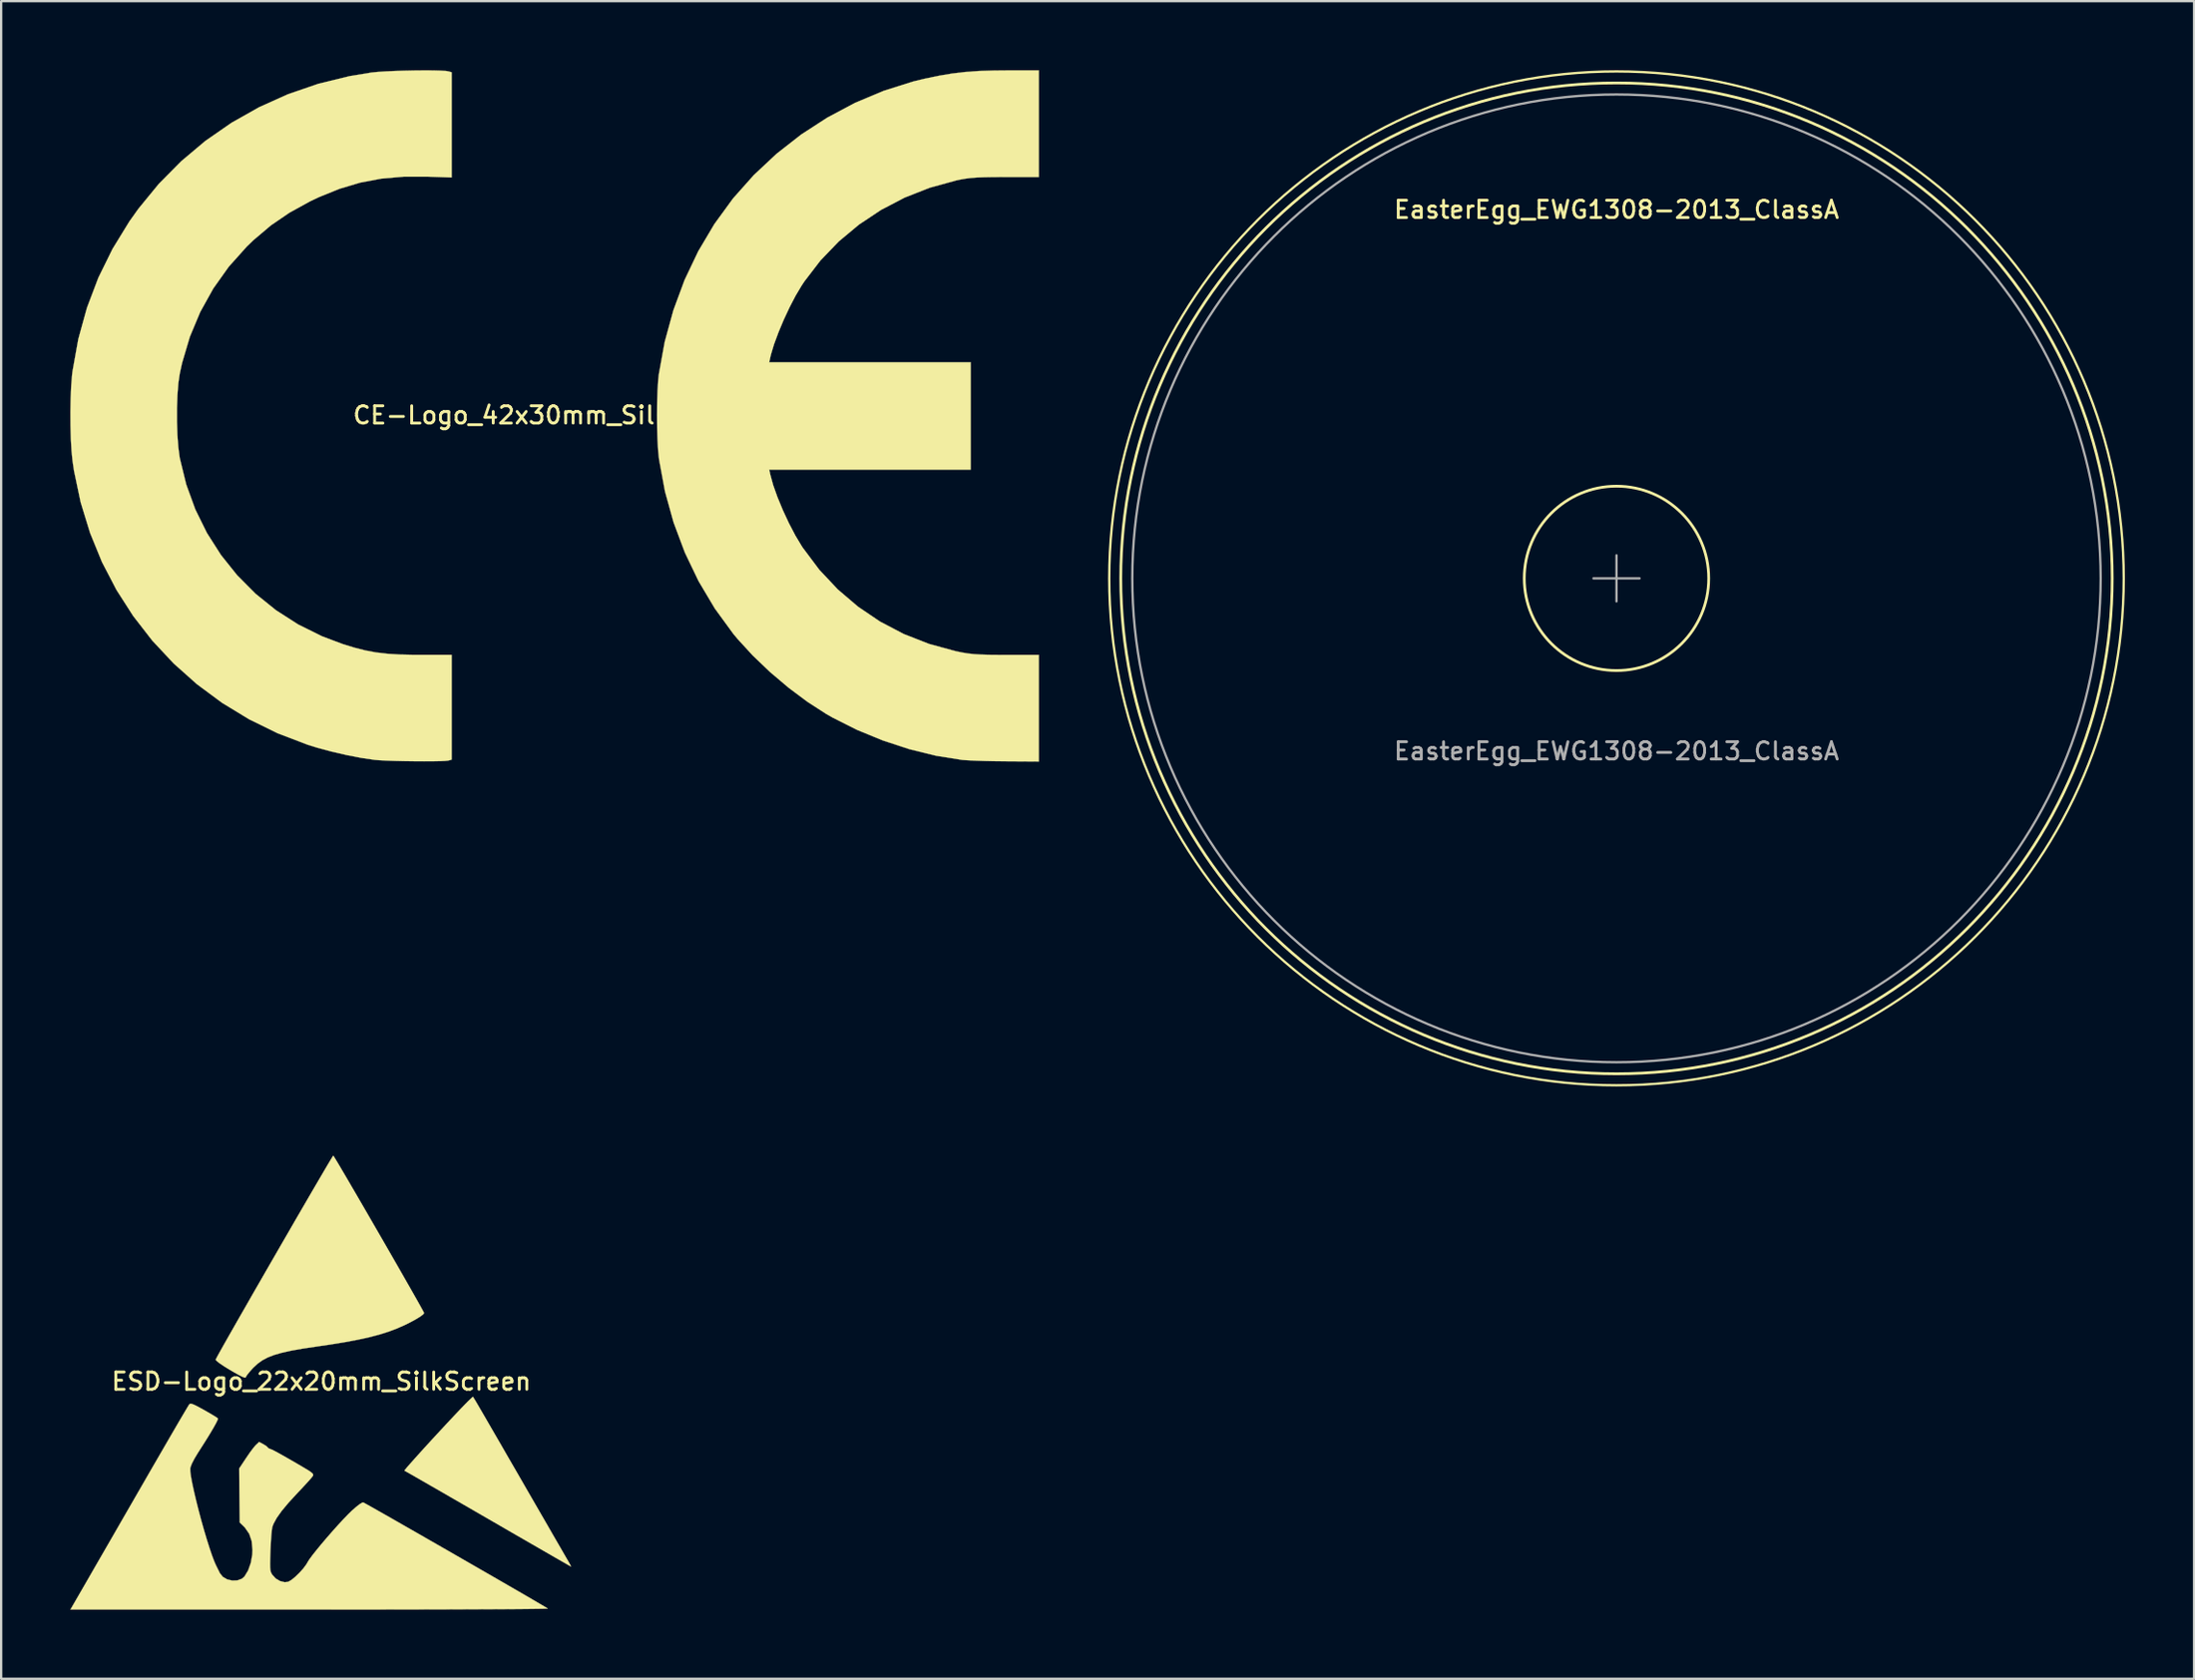
<source format=kicad_pcb>
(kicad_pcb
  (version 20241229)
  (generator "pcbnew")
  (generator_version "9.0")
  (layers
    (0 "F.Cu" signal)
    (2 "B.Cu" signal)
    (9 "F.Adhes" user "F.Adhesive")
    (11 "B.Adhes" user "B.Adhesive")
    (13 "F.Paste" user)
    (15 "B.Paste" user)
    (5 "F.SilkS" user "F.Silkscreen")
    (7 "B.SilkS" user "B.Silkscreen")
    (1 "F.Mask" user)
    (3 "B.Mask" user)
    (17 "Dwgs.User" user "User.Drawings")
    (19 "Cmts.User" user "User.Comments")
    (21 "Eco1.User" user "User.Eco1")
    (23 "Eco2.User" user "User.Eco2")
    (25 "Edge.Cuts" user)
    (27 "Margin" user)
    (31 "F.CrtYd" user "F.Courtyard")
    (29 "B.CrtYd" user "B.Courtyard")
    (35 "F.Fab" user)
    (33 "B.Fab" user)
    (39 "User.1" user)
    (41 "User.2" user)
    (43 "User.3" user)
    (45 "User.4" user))
  (footprint "CE-Logo_42x30mm_SilkScreen"
    (layer "F.Cu")
    (at 21.002 14.969)
    (property "Reference" "CE-Logo_42x30mm_SilkScreen" (at 0 0 0) (layer "F.SilkS") (effects (font (size 0.75 0.75) (thickness 0.125))))
    (attr exclude_from_pos_files exclude_from_bom allow_missing_courtyard)
    (fp_poly (pts (xy -5.263 -14.962) (xy -4.943 -14.953) (xy -4.712 -14.939) (xy -4.611 -14.923) (xy -4.463 -14.883) (xy -4.463 -10.317) (xy -5.503 -10.353) (xy -6.544 -10.352) (xy -7.507 -10.268) (xy -8.422 -10.096) (xy -9.318 -9.829) (xy -10.224 -9.462) (xy -10.6 -9.283) (xy -11.495 -8.791) (xy -12.302 -8.239) (xy -13.058 -7.599) (xy -13.353 -7.314) (xy -14.13 -6.445) (xy -14.802 -5.499) (xy -15.366 -4.483) (xy -15.819 -3.402) (xy -16.156 -2.264) (xy -16.256 -1.805) (xy -16.317 -1.388) (xy -16.357 -0.877) (xy -16.377 -0.308) (xy -16.377 0.284) (xy -16.358 0.862) (xy -16.318 1.392) (xy -16.259 1.837) (xy -16.253 1.871) (xy -15.976 3.005) (xy -15.582 4.088) (xy -15.078 5.111) (xy -14.469 6.067) (xy -13.764 6.949) (xy -12.967 7.75) (xy -12.085 8.462) (xy -11.125 9.079) (xy -10.092 9.592) (xy -9.182 9.935) (xy -8.67 10.092) (xy -8.2 10.211) (xy -7.74 10.297) (xy -7.258 10.354) (xy -6.721 10.387) (xy -6.099 10.401) (xy -5.825 10.401) (xy -4.463 10.4) (xy -4.463 14.949) (xy -4.611 14.989) (xy -4.737 15.003) (xy -4.97 15.014) (xy -5.286 15.02) (xy -5.661 15.021) (xy -6.072 15.019) (xy -6.493 15.013) (xy -6.901 15.004) (xy -7.273 14.991) (xy -7.583 14.976) (xy -7.808 14.957) (xy -7.81 14.957) (xy -8.371 14.875) (xy -9.004 14.753) (xy -9.661 14.601) (xy -10.294 14.431) (xy -10.697 14.306) (xy -12.009 13.805) (xy -13.253 13.194) (xy -14.423 12.481) (xy -15.515 11.671) (xy -16.524 10.77) (xy -17.445 9.784) (xy -18.272 8.718) (xy -19.002 7.579) (xy -19.629 6.373) (xy -20.147 5.105) (xy -20.553 3.782) (xy -20.842 2.41) (xy -20.907 1.969) (xy -20.949 1.548) (xy -20.978 1.033) (xy -20.994 0.456) (xy -20.997 -0.144) (xy -20.986 -0.735) (xy -20.963 -1.28) (xy -20.926 -1.744) (xy -20.907 -1.903) (xy -20.655 -3.306) (xy -20.281 -4.661) (xy -19.786 -5.965) (xy -19.172 -7.215) (xy -18.44 -8.409) (xy -18.049 -8.959) (xy -17.165 -10.038) (xy -16.192 -11.022) (xy -15.139 -11.908) (xy -14.011 -12.69) (xy -12.815 -13.366) (xy -11.559 -13.931) (xy -10.248 -14.382) (xy -8.89 -14.714) (xy -7.944 -14.87) (xy -7.683 -14.896) (xy -7.342 -14.919) (xy -6.943 -14.937) (xy -6.511 -14.951) (xy -6.071 -14.96) (xy -5.647 -14.964) (xy -5.263 -14.962)) (stroke (width 0.01) (type solid)) (fill yes) (layer "F.SilkS"))
    (fp_poly (pts (xy 21.003 -12.651) (xy 21.003 -10.337) (xy 19.542 -10.336) (xy 19.036 -10.334) (xy 18.636 -10.327) (xy 18.316 -10.315) (xy 18.051 -10.295) (xy 17.816 -10.265) (xy 17.584 -10.224) (xy 17.416 -10.188) (xy 16.276 -9.874) (xy 15.188 -9.446) (xy 14.16 -8.91) (xy 13.203 -8.273) (xy 12.324 -7.539) (xy 11.532 -6.715) (xy 10.836 -5.808) (xy 10.714 -5.624) (xy 10.457 -5.192) (xy 10.195 -4.689) (xy 9.942 -4.148) (xy 9.713 -3.603) (xy 9.522 -3.088) (xy 9.386 -2.637) (xy 9.356 -2.51) (xy 9.309 -2.297) (xy 18.049 -2.297) (xy 18.049 2.363) (xy 9.309 2.363) (xy 9.356 2.576) (xy 9.48 3.029) (xy 9.666 3.555) (xy 9.899 4.117) (xy 10.162 4.683) (xy 10.441 5.217) (xy 10.721 5.685) (xy 10.768 5.757) (xy 11.481 6.707) (xy 12.281 7.559) (xy 13.162 8.311) (xy 14.12 8.959) (xy 15.15 9.499) (xy 16.247 9.928) (xy 17.405 10.244) (xy 17.434 10.25) (xy 17.694 10.303) (xy 17.935 10.342) (xy 18.181 10.369) (xy 18.46 10.387) (xy 18.799 10.398) (xy 19.224 10.402) (xy 19.575 10.403) (xy 21.003 10.403) (xy 21.003 15.03) (xy 19.575 15.021) (xy 19.119 15.016) (xy 18.674 15.007) (xy 18.268 14.993) (xy 17.931 14.978) (xy 17.69 14.961) (xy 17.655 14.957) (xy 16.537 14.778) (xy 15.387 14.494) (xy 14.236 14.116) (xy 13.116 13.656) (xy 12.058 13.123) (xy 11.781 12.964) (xy 10.97 12.441) (xy 10.147 11.825) (xy 9.344 11.145) (xy 8.595 10.428) (xy 7.931 9.703) (xy 7.749 9.484) (xy 6.949 8.385) (xy 6.248 7.206) (xy 5.651 5.959) (xy 5.163 4.656) (xy 4.79 3.31) (xy 4.535 1.931) (xy 4.523 1.838) (xy 4.488 1.482) (xy 4.464 1.032) (xy 4.449 0.521) (xy 4.445 -0.02) (xy 4.45 -0.556) (xy 4.466 -1.055) (xy 4.492 -1.485) (xy 4.522 -1.772) (xy 4.779 -3.186) (xy 5.153 -4.553) (xy 5.638 -5.865) (xy 6.232 -7.115) (xy 6.931 -8.294) (xy 7.732 -9.395) (xy 7.749 -9.416) (xy 8.644 -10.423) (xy 9.632 -11.348) (xy 10.701 -12.184) (xy 11.84 -12.922) (xy 13.036 -13.557) (xy 14.276 -14.078) (xy 15.55 -14.481) (xy 16.048 -14.602) (xy 16.662 -14.73) (xy 17.234 -14.826) (xy 17.799 -14.894) (xy 18.393 -14.937) (xy 19.055 -14.958) (xy 19.608 -14.963) (xy 21.003 -14.964) (xy 21.003 -12.651)) (stroke (width 0.01) (type solid)) (fill yes) (layer "F.SilkS")))
  (footprint "ESD-Logo_22x20mm_SilkScreen"
    (layer "F.Cu")
    (at 10.886 56.902)
    (property "Reference" "ESD-Logo_22x20mm_SilkScreen" (at 0 0 0) (layer "F.SilkS") (effects (font (size 0.75 0.75) (thickness 0.125))))
    (attr exclude_from_pos_files exclude_from_bom allow_missing_courtyard)
    (fp_poly (pts (xy 6.652 0.785) (xy 6.69 0.849) (xy 6.776 0.995) (xy 6.905 1.217) (xy 7.073 1.506) (xy 7.275 1.856) (xy 7.509 2.26) (xy 7.769 2.709) (xy 8.05 3.197) (xy 8.35 3.716) (xy 8.659 4.251) (xy 8.973 4.797) (xy 9.276 5.321) (xy 9.561 5.815) (xy 9.825 6.273) (xy 10.063 6.686) (xy 10.272 7.047) (xy 10.446 7.348) (xy 10.58 7.581) (xy 10.672 7.74) (xy 10.715 7.814) (xy 10.786 7.94) (xy 10.824 8.019) (xy 10.826 8.032) (xy 10.779 8.007) (xy 10.65 7.933) (xy 10.444 7.815) (xy 10.169 7.657) (xy 9.831 7.462) (xy 9.438 7.235) (xy 8.995 6.98) (xy 8.51 6.7) (xy 7.99 6.399) (xy 7.44 6.081) (xy 7.231 5.96) (xy 6.672 5.637) (xy 6.139 5.328) (xy 5.637 5.039) (xy 5.176 4.772) (xy 4.76 4.533) (xy 4.397 4.324) (xy 4.094 4.15) (xy 3.858 4.015) (xy 3.696 3.923) (xy 3.614 3.877) (xy 3.605 3.872) (xy 3.63 3.833) (xy 3.717 3.728) (xy 3.858 3.566) (xy 4.042 3.359) (xy 4.262 3.114) (xy 4.509 2.842) (xy 4.773 2.553) (xy 5.046 2.257) (xy 5.319 1.962) (xy 5.583 1.679) (xy 5.829 1.417) (xy 6.048 1.186) (xy 6.231 0.996) (xy 6.369 0.857) (xy 6.417 0.811) (xy 6.574 0.663) (xy 6.652 0.785)) (stroke (width 0.01) (type solid)) (fill yes) (layer "F.SilkS"))
    (fp_poly (pts (xy 0.549 -9.754) (xy 0.626 -9.628) (xy 0.745 -9.43) (xy 0.9 -9.167) (xy 1.088 -8.848) (xy 1.302 -8.48) (xy 1.539 -8.074) (xy 1.793 -7.636) (xy 2.059 -7.176) (xy 2.333 -6.702) (xy 2.61 -6.222) (xy 2.885 -5.745) (xy 3.152 -5.279) (xy 3.408 -4.833) (xy 3.647 -4.415) (xy 3.864 -4.034) (xy 4.055 -3.698) (xy 4.215 -3.415) (xy 4.338 -3.194) (xy 4.42 -3.043) (xy 4.457 -2.971) (xy 4.458 -2.966) (xy 4.413 -2.905) (xy 4.288 -2.812) (xy 4.097 -2.695) (xy 3.857 -2.565) (xy 3.605 -2.44) (xy 3.262 -2.29) (xy 2.901 -2.155) (xy 2.51 -2.032) (xy 2.077 -1.918) (xy 1.589 -1.811) (xy 1.033 -1.706) (xy 0.398 -1.602) (xy -0.259 -1.506) (xy -0.831 -1.42) (xy -1.31 -1.335) (xy -1.71 -1.246) (xy -2.043 -1.15) (xy -2.32 -1.043) (xy -2.554 -0.919) (xy -2.756 -0.775) (xy -2.939 -0.606) (xy -2.998 -0.544) (xy -3.126 -0.398) (xy -3.221 -0.279) (xy -3.265 -0.209) (xy -3.266 -0.203) (xy -3.281 -0.168) (xy -3.334 -0.168) (xy -3.436 -0.207) (xy -3.598 -0.29) (xy -3.83 -0.422) (xy -3.991 -0.517) (xy -4.232 -0.665) (xy -4.419 -0.792) (xy -4.54 -0.889) (xy -4.582 -0.946) (xy -4.582 -0.946) (xy -4.555 -1.001) (xy -4.482 -1.137) (xy -4.365 -1.347) (xy -4.209 -1.624) (xy -4.019 -1.961) (xy -3.798 -2.349) (xy -3.551 -2.783) (xy -3.281 -3.253) (xy -2.995 -3.754) (xy -2.695 -4.276) (xy -2.386 -4.814) (xy -2.072 -5.359) (xy -1.757 -5.905) (xy -1.446 -6.443) (xy -1.144 -6.967) (xy -0.853 -7.468) (xy -0.579 -7.94) (xy -0.326 -8.375) (xy -0.098 -8.766) (xy 0.101 -9.105) (xy 0.266 -9.385) (xy 0.393 -9.598) (xy 0.478 -9.738) (xy 0.517 -9.796) (xy 0.519 -9.797) (xy 0.549 -9.754)) (stroke (width 0.01) (type solid)) (fill yes) (layer "F.SilkS"))
    (fp_poly (pts (xy -5.616 0.974) (xy -5.507 1.017) (xy -5.341 1.1) (xy -5.103 1.231) (xy -5.084 1.242) (xy -4.865 1.367) (xy -4.68 1.477) (xy -4.547 1.56) (xy -4.485 1.606) (xy -4.483 1.608) (xy -4.498 1.671) (xy -4.567 1.813) (xy -4.685 2.024) (xy -4.848 2.299) (xy -5.051 2.628) (xy -5.291 3.004) (xy -5.35 3.096) (xy -5.505 3.353) (xy -5.618 3.573) (xy -5.679 3.738) (xy -5.685 3.77) (xy -5.683 3.914) (xy -5.652 4.141) (xy -5.596 4.438) (xy -5.52 4.789) (xy -5.427 5.181) (xy -5.322 5.598) (xy -5.208 6.027) (xy -5.088 6.452) (xy -4.967 6.859) (xy -4.849 7.233) (xy -4.738 7.56) (xy -4.637 7.825) (xy -4.567 7.983) (xy -4.484 8.151) (xy -4.405 8.311) (xy -4.401 8.32) (xy -4.272 8.482) (xy -4.083 8.591) (xy -3.863 8.643) (xy -3.64 8.635) (xy -3.443 8.562) (xy -3.333 8.466) (xy -3.173 8.202) (xy -3.057 7.873) (xy -2.993 7.513) (xy -2.984 7.309) (xy -3.02 6.928) (xy -3.127 6.612) (xy -3.311 6.347) (xy -3.368 6.288) (xy -3.539 6.122) (xy -3.551 4.951) (xy -3.562 3.78) (xy -3.264 3.329) (xy -3.124 3.124) (xy -2.989 2.94) (xy -2.879 2.803) (xy -2.831 2.752) (xy -2.697 2.627) (xy -2.515 2.725) (xy -2.4 2.795) (xy -2.337 2.85) (xy -2.333 2.859) (xy -2.29 2.901) (xy -2.216 2.932) (xy -2.145 2.96) (xy -2.036 3.013) (xy -1.88 3.096) (xy -1.667 3.215) (xy -1.389 3.374) (xy -1.035 3.579) (xy -0.843 3.691) (xy -0.617 3.826) (xy -0.469 3.921) (xy -0.385 3.99) (xy -0.353 4.042) (xy -0.36 4.088) (xy -0.365 4.099) (xy -0.417 4.168) (xy -0.528 4.296) (xy -0.686 4.47) (xy -0.877 4.676) (xy -1.042 4.85) (xy -1.422 5.263) (xy -1.72 5.621) (xy -1.937 5.928) (xy -2.077 6.187) (xy -2.125 6.319) (xy -2.144 6.434) (xy -2.164 6.63) (xy -2.183 6.885) (xy -2.199 7.177) (xy -2.207 7.361) (xy -2.217 7.679) (xy -2.222 7.912) (xy -2.219 8.078) (xy -2.208 8.193) (xy -2.187 8.276) (xy -2.154 8.345) (xy -2.128 8.388) (xy -1.98 8.551) (xy -1.789 8.664) (xy -1.587 8.714) (xy -1.437 8.696) (xy -1.3 8.618) (xy -1.129 8.479) (xy -0.947 8.303) (xy -0.779 8.115) (xy -0.648 7.937) (xy -0.599 7.852) (xy -0.527 7.734) (xy -0.396 7.555) (xy -0.217 7.329) (xy -0.004 7.069) (xy 0.233 6.79) (xy 0.481 6.505) (xy 0.728 6.229) (xy 0.963 5.975) (xy 1.172 5.758) (xy 1.336 5.598) (xy 1.519 5.439) (xy 1.672 5.321) (xy 1.78 5.258) (xy 1.816 5.251) (xy 1.87 5.279) (xy 2.007 5.355) (xy 2.218 5.473) (xy 2.494 5.63) (xy 2.829 5.82) (xy 3.214 6.04) (xy 3.642 6.285) (xy 4.104 6.549) (xy 4.593 6.83) (xy 5.1 7.121) (xy 5.619 7.419) (xy 6.14 7.719) (xy 6.657 8.017) (xy 7.161 8.307) (xy 7.644 8.586) (xy 8.099 8.849) (xy 8.517 9.091) (xy 8.891 9.308) (xy 9.213 9.496) (xy 9.474 9.649) (xy 9.668 9.763) (xy 9.786 9.834) (xy 9.82 9.857) (xy 9.774 9.861) (xy 9.629 9.865) (xy 9.391 9.869) (xy 9.062 9.873) (xy 8.65 9.877) (xy 8.158 9.881) (xy 7.591 9.884) (xy 6.954 9.887) (xy 6.253 9.89) (xy 5.491 9.893) (xy 4.673 9.895) (xy 3.805 9.897) (xy 2.891 9.898) (xy 1.936 9.9) (xy 0.946 9.9) (xy -0.077 9.901) (xy -0.506 9.901) (xy -10.881 9.901) (xy -10.141 8.618) (xy -9.984 8.346) (xy -9.783 7.996) (xy -9.543 7.58) (xy -9.271 7.109) (xy -8.975 6.595) (xy -8.661 6.05) (xy -8.336 5.485) (xy -8.006 4.912) (xy -7.678 4.343) (xy -7.595 4.199) (xy -7.292 3.674) (xy -7.004 3.176) (xy -6.734 2.71) (xy -6.487 2.284) (xy -6.267 1.906) (xy -6.078 1.583) (xy -5.925 1.323) (xy -5.812 1.132) (xy -5.743 1.02) (xy -5.723 0.991) (xy -5.683 0.968) (xy -5.616 0.974)) (stroke (width 0.01) (type solid)) (fill yes) (layer "F.SilkS")))
  (footprint "EasterEgg_EWG1308-2013_ClassA"
    (layer "F.Cu")
    (at 67.059 22.05)
    (property "Reference" "EasterEgg_EWG1308-2013_ClassA" (at 0 -16 0) (unlocked yes) (layer "F.SilkS") (effects (font (size 0.75 0.75) (thickness 0.125))))
    (attr exclude_from_pos_files exclude_from_bom)
    (fp_circle (center 0 0) (end 0 -22) (stroke (width 0.1) (type default)) (fill no) (layer "F.SilkS"))
    (fp_circle (center 0 0) (end 0 -21.5) (stroke (width 0.12) (type default)) (fill no) (layer "F.SilkS"))
    (fp_circle (center 0 0) (end 4 0) (stroke (width 0.12) (type default)) (fill no) (layer "F.SilkS"))
    (fp_line (start 0 -1) (end 0 1) (stroke (width 0.1) (type default)) (layer "F.Fab"))
    (fp_line (start 1 0) (end -1 0) (stroke (width 0.1) (type default)) (layer "F.Fab"))
    (fp_circle (center 0 0) (end 0 -21) (stroke (width 0.1) (type default)) (fill no) (layer "F.Fab"))
    (fp_text user "${REFERENCE}" (at 0 7.5 0) (unlocked yes) (layer "F.Fab") (effects (font (size 0.75 0.75) (thickness 0.125)))))
  (gr_rect
    (start -3 -3)
    (end 92.109 69.808)
    (stroke (width 0.1) (type default))
    (fill no)
    (layer "Edge.Cuts")))
</source>
